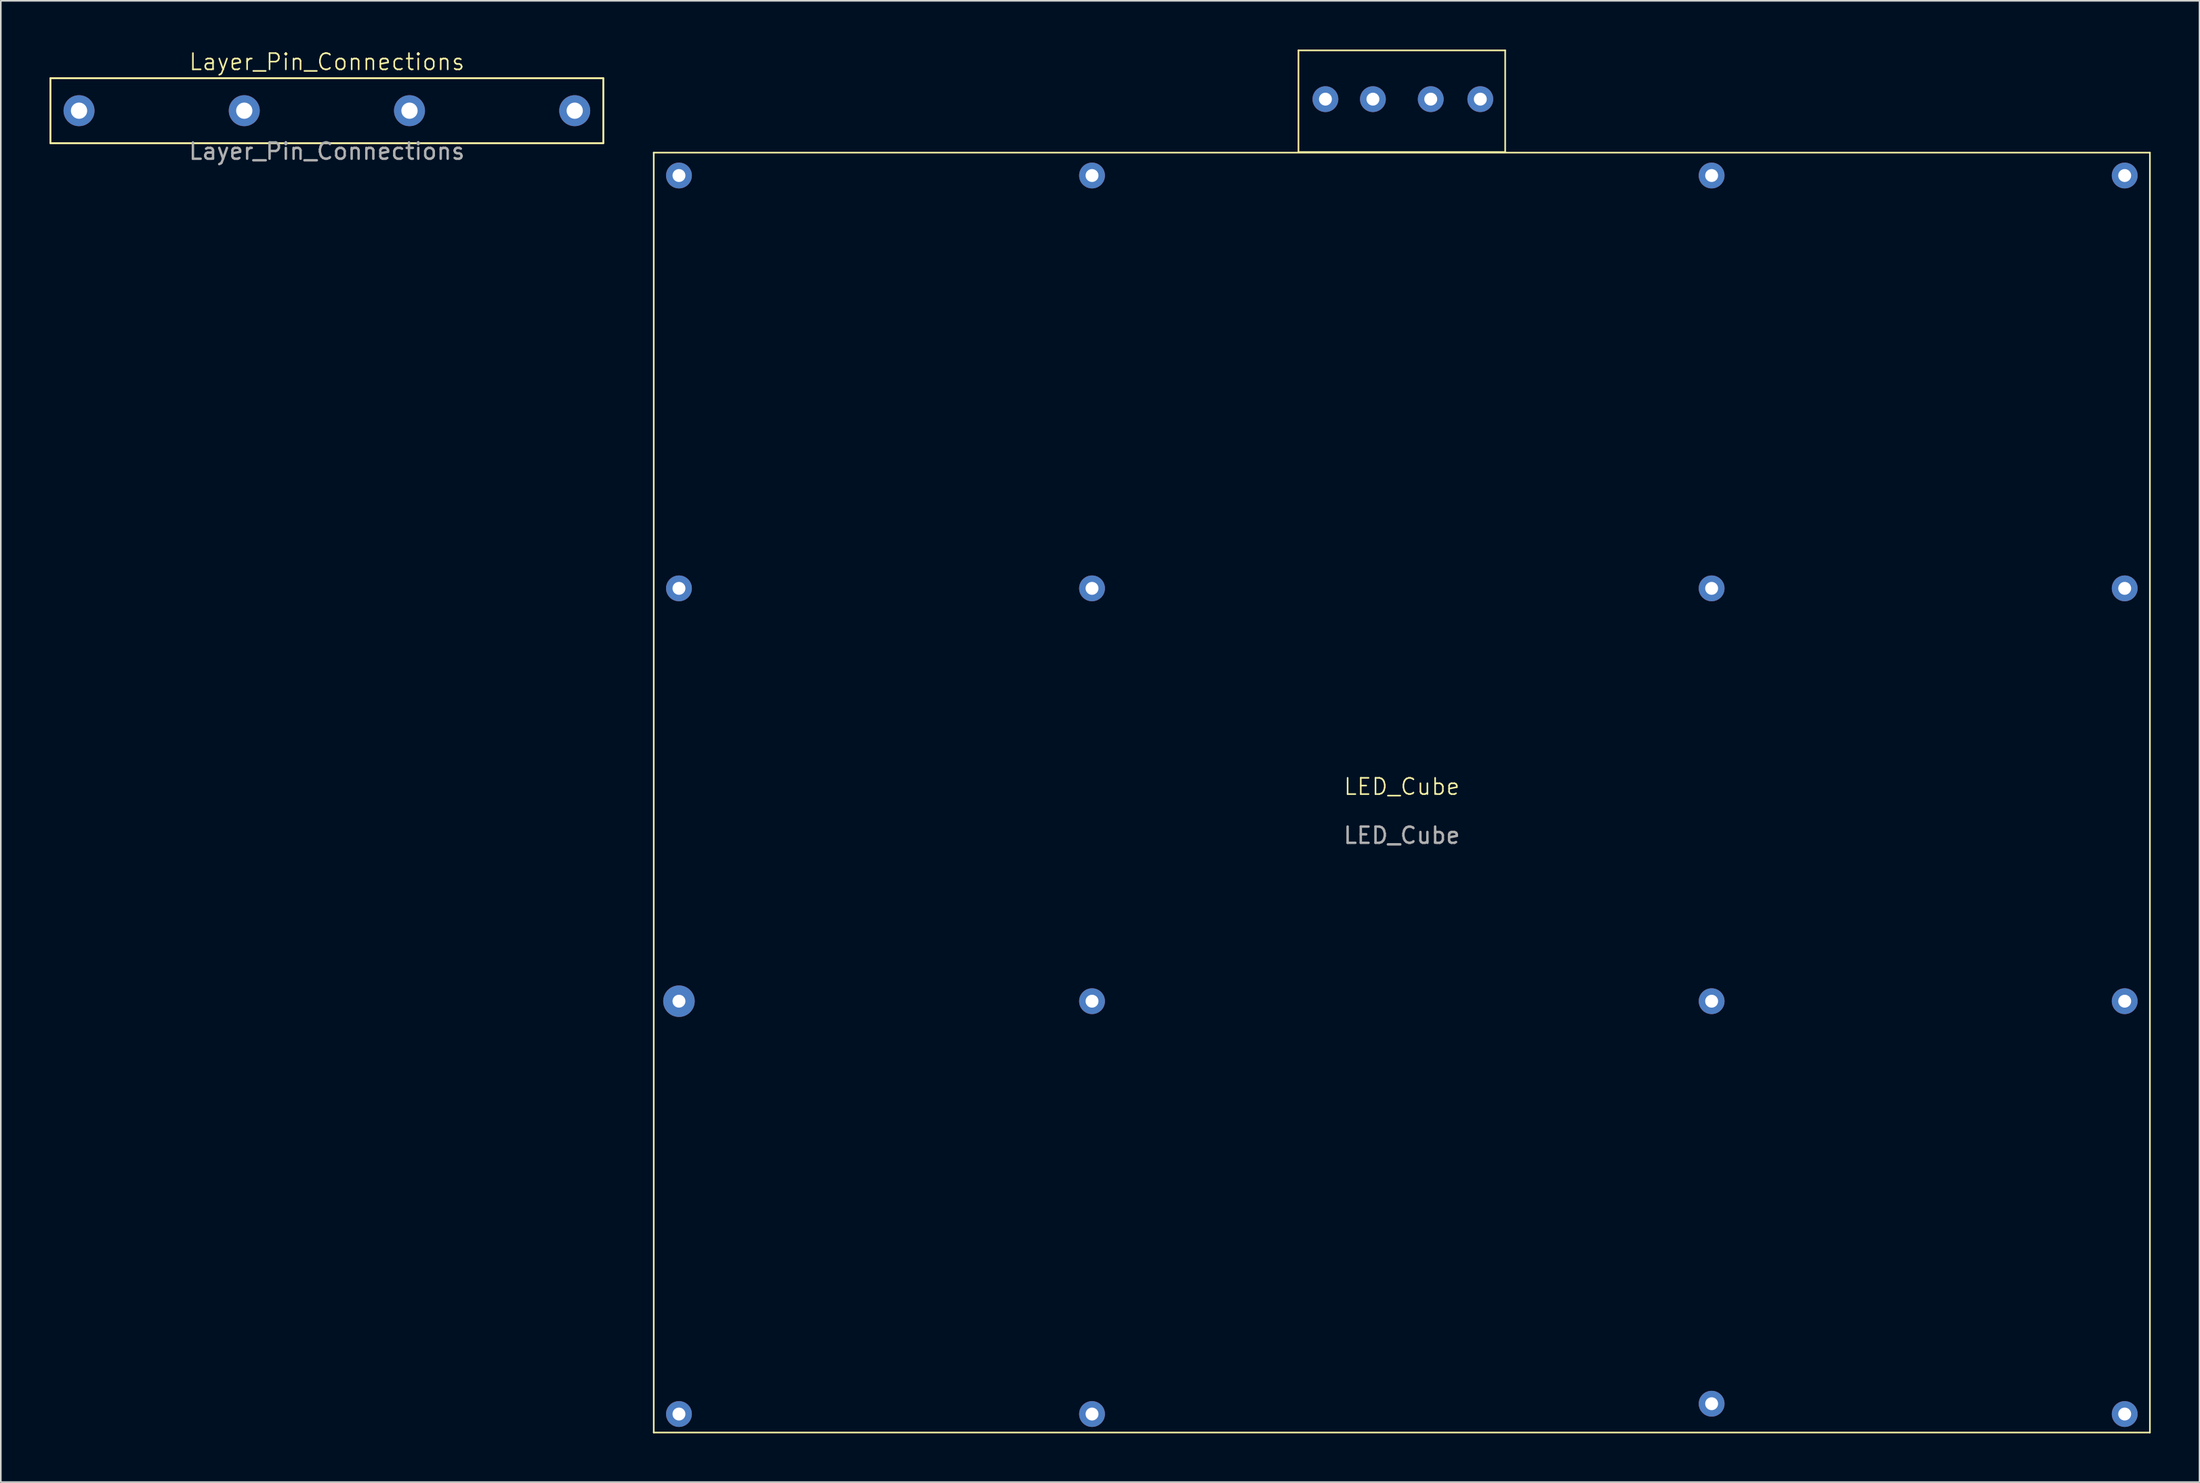
<source format=kicad_pcb>
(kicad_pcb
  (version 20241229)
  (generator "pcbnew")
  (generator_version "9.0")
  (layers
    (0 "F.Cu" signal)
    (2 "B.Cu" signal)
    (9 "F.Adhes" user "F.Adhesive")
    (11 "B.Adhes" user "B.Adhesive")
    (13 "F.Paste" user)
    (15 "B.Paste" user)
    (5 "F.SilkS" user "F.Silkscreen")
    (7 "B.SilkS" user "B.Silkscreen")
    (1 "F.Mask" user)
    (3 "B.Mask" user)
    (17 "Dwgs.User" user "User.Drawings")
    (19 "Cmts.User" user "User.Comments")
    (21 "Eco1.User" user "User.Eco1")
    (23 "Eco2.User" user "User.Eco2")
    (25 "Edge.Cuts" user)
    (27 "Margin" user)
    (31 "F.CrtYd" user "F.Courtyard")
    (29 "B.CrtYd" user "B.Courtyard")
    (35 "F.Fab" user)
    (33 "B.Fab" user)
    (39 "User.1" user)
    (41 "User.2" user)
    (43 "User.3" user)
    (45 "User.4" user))
  (footprint "LED_Cube"
    (layer "F.Cu")
    (at 83.15 45.849)
    (property "Reference" "LED_Cube" (at 0 -0.5 0) (unlocked yes) (layer "F.SilkS") (effects (font (size 1 1) (thickness 0.1))))
    (attr smd)
    (fp_line (start -46 -39.508) (end 46 -39.508) (stroke (width 0.1) (type default)) (layer "F.SilkS"))
    (fp_line (start -46 39.238) (end -46 -39.508) (stroke (width 0.1) (type default)) (layer "F.SilkS"))
    (fp_line (start -6.356 -45.799) (end 6.356 -45.799) (stroke (width 0.1) (type default)) (layer "F.SilkS"))
    (fp_line (start -6.356 -39.545) (end -6.356 -45.799) (stroke (width 0.1) (type default)) (layer "F.SilkS"))
    (fp_line (start 6.356 -45.799) (end 6.356 -39.545) (stroke (width 0.1) (type default)) (layer "F.SilkS"))
    (fp_line (start 6.356 -39.545) (end -6.356 -39.545) (stroke (width 0.1) (type default)) (layer "F.SilkS"))
    (fp_line (start 46 -39.508) (end 46 39.238) (stroke (width 0.1) (type default)) (layer "F.SilkS"))
    (fp_line (start 46 39.238) (end -46 39.238) (stroke (width 0.1) (type default)) (layer "F.SilkS"))
    (fp_text user "${REFERENCE}" (at 0 2.5 0) (unlocked yes) (layer "F.Fab") (effects (font (size 1 1) (thickness 0.15))))
    (pad "1" thru_hole circle (at -44.45 -38.1) (size 1.587 1.587) (drill 0.794) (layers "*.Cu" "*.Mask"))
    (pad "2" thru_hole circle (at -19.05 -38.1) (size 1.587 1.587) (drill 0.794) (layers "*.Cu" "*.Mask"))
    (pad "3" thru_hole circle (at 19.05 -38.1) (size 1.587 1.587) (drill 0.794) (layers "*.Cu" "*.Mask"))
    (pad "4" thru_hole circle (at 44.45 -38.1) (size 1.587 1.587) (drill 0.794) (layers "*.Cu" "*.Mask"))
    (pad "5" thru_hole circle (at -44.45 -12.7) (size 1.587 1.587) (drill 0.794) (layers "*.Cu" "*.Mask"))
    (pad "6" thru_hole circle (at -19.05 -12.7) (size 1.587 1.587) (drill 0.794) (layers "*.Cu" "*.Mask"))
    (pad "7" thru_hole circle (at 19.05 -12.7) (size 1.587 1.587) (drill 0.794) (layers "*.Cu" "*.Mask"))
    (pad "8" thru_hole circle (at 44.45 -12.7) (size 1.587 1.587) (drill 0.794) (layers "*.Cu" "*.Mask"))
    (pad "9" thru_hole circle (at -44.45 12.7) (size 1.937 1.937) (drill 0.794) (layers "*.Cu" "*.Mask"))
    (pad "10" thru_hole circle (at -19.05 12.7) (size 1.587 1.587) (drill 0.794) (layers "*.Cu" "*.Mask"))
    (pad "11" thru_hole circle (at 19.05 12.7) (size 1.587 1.587) (drill 0.794) (layers "*.Cu" "*.Mask"))
    (pad "12" thru_hole circle (at 44.45 12.7) (size 1.587 1.587) (drill 0.794) (layers "*.Cu" "*.Mask"))
    (pad "13" thru_hole circle (at -44.45 38.1) (size 1.587 1.587) (drill 0.794) (layers "*.Cu" "*.Mask"))
    (pad "14" thru_hole circle (at -19.05 38.1) (size 1.587 1.587) (drill 0.794) (layers "*.Cu" "*.Mask"))
    (pad "15" thru_hole circle (at 19.05 37.465) (size 1.587 1.587) (drill 0.794) (layers "*.Cu" "*.Mask"))
    (pad "16" thru_hole circle (at 44.45 38.1) (size 1.587 1.587) (drill 0.794) (layers "*.Cu" "*.Mask"))
    (pad "17" thru_hole circle (at -4.699 -42.799) (size 1.587 1.587) (drill 0.794) (layers "*.Cu" "*.Mask"))
    (pad "18" thru_hole circle (at -1.778 -42.799) (size 1.587 1.587) (drill 0.794) (layers "*.Cu" "*.Mask"))
    (pad "19" thru_hole circle (at 1.778 -42.799) (size 1.587 1.587) (drill 0.794) (layers "*.Cu" "*.Mask"))
    (pad "20" thru_hole circle (at 4.826 -42.799) (size 1.587 1.587) (drill 0.794) (layers "*.Cu" "*.Mask"))
    (zone (net_name "") (layer "F.SilkS") (hatch edge 0.5) (connect_pads) (min_thickness 0.25) (filled_areas_thickness no) (keepout (tracks allowed) (vias allowed) (pads allowed) (copperpour not_allowed) (footprints allowed)) (placement (enabled no)) (fill) (polygon (pts (xy 37.15 6.341) (xy 129.15 6.341) (xy 129.15 85.087) (xy 37.15 85.087))))
    (zone (net_name "") (layer "F.SilkS") (hatch edge 0.5) (connect_pads) (min_thickness 0.25) (filled_areas_thickness no) (keepout (tracks allowed) (vias allowed) (pads allowed) (copperpour not_allowed) (footprints allowed)) (placement (enabled no)) (fill) (polygon (pts (xy 76.794 0.05) (xy 89.506 0.05) (xy 89.506 6.304) (xy 76.794 6.304)))))
  (footprint "Layer_Pin_Connections"
    (layer "F.Cu")
    (at 17.05 3.76)
    (property "Reference" "Layer_Pin_Connections" (at 0 -3 0) (unlocked yes) (layer "F.SilkS") (effects (font (size 1 1) (thickness 0.1))))
    (attr smd)
    (fp_line (start -17 -2) (end 17 -2) (stroke (width 0.1) (type default)) (layer "F.SilkS"))
    (fp_line (start -17 2) (end -17 -2) (stroke (width 0.1) (type default)) (layer "F.SilkS"))
    (fp_line (start 17 -2) (end 17 2) (stroke (width 0.1) (type default)) (layer "F.SilkS"))
    (fp_line (start 17 2) (end -17 2) (stroke (width 0.1) (type default)) (layer "F.SilkS"))
    (fp_rect (start -17 -2) (end 17 2) (stroke (width 0.1) (type default)) (fill no) (layer "F.SilkS"))
    (fp_text user "${REFERENCE}" (at 0 2.5 0) (unlocked yes) (layer "F.Fab") (effects (font (size 1 1) (thickness 0.15))))
    (pad "1" thru_hole circle (at -15.24 0) (size 1.905 1.905) (drill 1) (layers "*.Cu" "*.Mask"))
    (pad "2" thru_hole circle (at -5.08 0) (size 1.905 1.905) (drill 1) (layers "*.Cu" "*.Mask"))
    (pad "3" thru_hole circle (at 5.08 0) (size 1.905 1.905) (drill 1) (layers "*.Cu" "*.Mask"))
    (pad "4" thru_hole circle (at 15.24 0) (size 1.905 1.905) (drill 1) (layers "*.Cu" "*.Mask"))
    (zone (net_name "") (layer "F.SilkS") (hatch edge 0.5) (connect_pads) (min_thickness 0.25) (filled_areas_thickness no) (keepout (tracks allowed) (vias allowed) (pads allowed) (copperpour not_allowed) (footprints allowed)) (placement (enabled no)) (fill) (polygon (pts (xy 0.05 1.76) (xy 34.05 1.76) (xy 34.05 5.761) (xy 0.05 5.761)))))
  (gr_rect
    (start -3 -3)
    (end 132.2 88.137)
    (stroke (width 0.1) (type default))
    (fill no)
    (layer "Edge.Cuts")))
</source>
